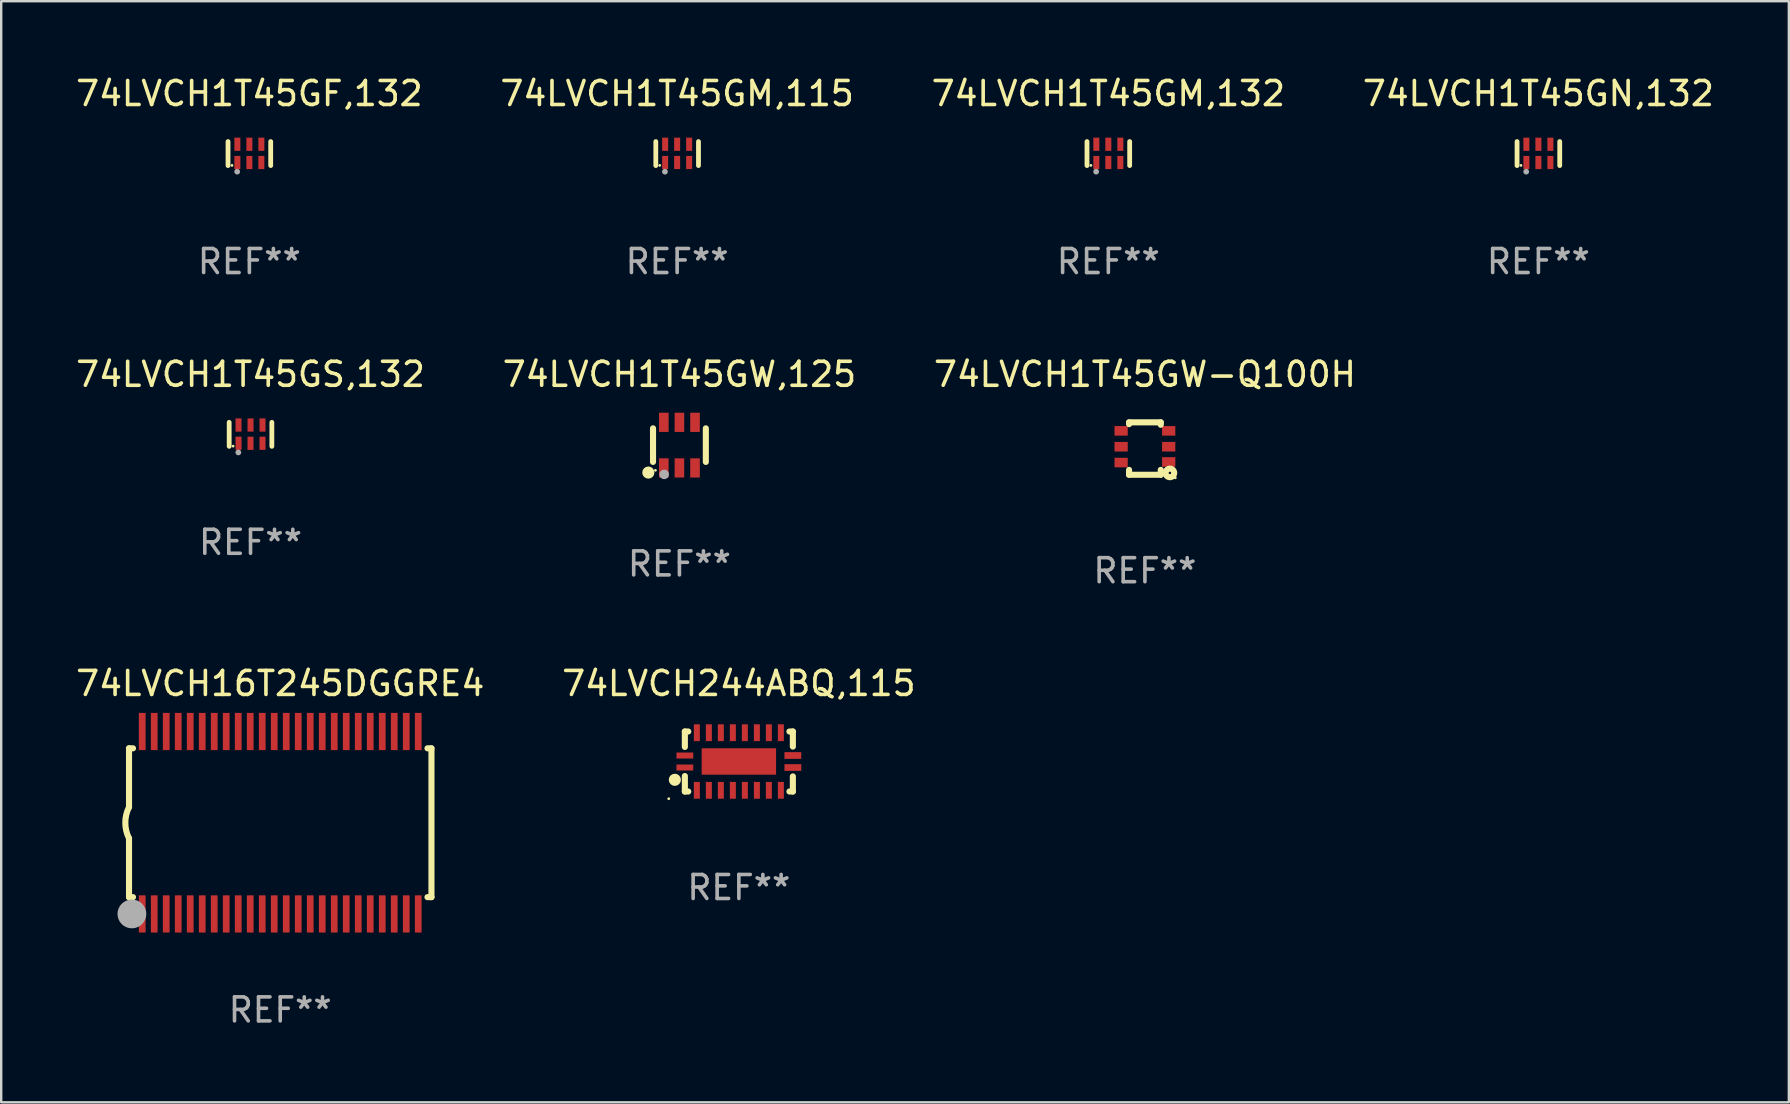
<source format=kicad_pcb>
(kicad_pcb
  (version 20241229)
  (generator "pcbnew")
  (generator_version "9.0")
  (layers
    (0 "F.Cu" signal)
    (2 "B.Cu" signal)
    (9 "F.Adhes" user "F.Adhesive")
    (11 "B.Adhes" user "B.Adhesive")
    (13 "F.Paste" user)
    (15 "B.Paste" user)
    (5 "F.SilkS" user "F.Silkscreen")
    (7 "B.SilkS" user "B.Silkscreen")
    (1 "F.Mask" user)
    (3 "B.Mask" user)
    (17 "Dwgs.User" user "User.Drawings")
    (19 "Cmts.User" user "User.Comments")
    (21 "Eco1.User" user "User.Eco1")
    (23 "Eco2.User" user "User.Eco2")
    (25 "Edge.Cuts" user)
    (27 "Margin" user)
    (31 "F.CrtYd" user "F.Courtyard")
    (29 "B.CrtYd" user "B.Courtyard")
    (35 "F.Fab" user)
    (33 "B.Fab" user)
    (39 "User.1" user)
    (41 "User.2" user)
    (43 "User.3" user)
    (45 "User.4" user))
  (footprint "74LVCH244ABQ,115"
    (layer "F.Cu")
    (at 27.732 28.676)
    (property "Reference" "74LVCH244ABQ,115" (at 0 -3.25 0) (layer "F.SilkS") (effects (font (size 1 1) (thickness 0.15))))
    (attr through_hole)
    (fp_line (start -2.25 0.605) (end -2.25 1.25) (stroke (width 0.254) (type solid)) (layer "F.SilkS"))
    (fp_line (start -2.25 1.25) (end -2.107 1.25) (stroke (width 0.254) (type solid)) (layer "F.SilkS"))
    (fp_line (start -2.25 -1.25) (end -2.25 -0.606) (stroke (width 0.254) (type solid)) (layer "F.SilkS"))
    (fp_line (start -2.25 -1.25) (end -2.107 -1.25) (stroke (width 0.254) (type solid)) (layer "F.SilkS"))
    (fp_line (start 2.107 -1.25) (end 2.25 -1.25) (stroke (width 0.254) (type solid)) (layer "F.SilkS"))
    (fp_line (start 2.107 1.25) (end 2.25 1.25) (stroke (width 0.254) (type solid)) (layer "F.SilkS"))
    (fp_line (start 2.25 -1.25) (end 2.25 -0.622) (stroke (width 0.254) (type solid)) (layer "F.SilkS"))
    (fp_line (start 2.25 0.62) (end 2.25 1.25) (stroke (width 0.254) (type solid)) (layer "F.SilkS"))
    (fp_circle (center -2.921 1.55) (end -2.891 1.55) (stroke (width 0.06) (type solid)) (fill no) (layer "F.SilkS"))
    (fp_circle (center -2.667 0.762) (end -2.54 0.762) (stroke (width 0.254) (type solid)) (fill no) (layer "F.SilkS"))
    (fp_text user "REF**" (at 0 5.25 0) (layer "F.Fab") (effects (font (size 1 1) (thickness 0.15))))
    (pad "1" smd rect (at -2.25 0.25 180) (size 0.7 0.25) (layers "F.Cu" "F.Mask" "F.Paste"))
    (pad "2" smd rect (at -1.75 1.2 90) (size 0.7 0.25) (layers "F.Cu" "F.Mask" "F.Paste"))
    (pad "3" smd rect (at -1.25 1.2 90) (size 0.7 0.25) (layers "F.Cu" "F.Mask" "F.Paste"))
    (pad "4" smd rect (at -0.751 1.2 90) (size 0.7 0.25) (layers "F.Cu" "F.Mask" "F.Paste"))
    (pad "5" smd rect (at -0.25 1.2 90) (size 0.7 0.25) (layers "F.Cu" "F.Mask" "F.Paste"))
    (pad "6" smd rect (at 0.25 1.2 90) (size 0.7 0.25) (layers "F.Cu" "F.Mask" "F.Paste"))
    (pad "7" smd rect (at 0.751 1.2 90) (size 0.7 0.25) (layers "F.Cu" "F.Mask" "F.Paste"))
    (pad "8" smd rect (at 1.25 1.2 90) (size 0.7 0.25) (layers "F.Cu" "F.Mask" "F.Paste"))
    (pad "9" smd rect (at 1.75 1.2 90) (size 0.7 0.25) (layers "F.Cu" "F.Mask" "F.Paste"))
    (pad "10" smd rect (at 2.25 0.25 180) (size 0.7 0.28) (layers "F.Cu" "F.Mask" "F.Paste"))
    (pad "11" smd rect (at 2.25 -0.251 180) (size 0.7 0.28) (layers "F.Cu" "F.Mask" "F.Paste"))
    (pad "12" smd rect (at 1.75 -1.2 90) (size 0.7 0.25) (layers "F.Cu" "F.Mask" "F.Paste"))
    (pad "13" smd rect (at 1.25 -1.2 90) (size 0.7 0.25) (layers "F.Cu" "F.Mask" "F.Paste"))
    (pad "14" smd rect (at 0.751 -1.2 90) (size 0.7 0.25) (layers "F.Cu" "F.Mask" "F.Paste"))
    (pad "15" smd rect (at 0.25 -1.2 90) (size 0.7 0.25) (layers "F.Cu" "F.Mask" "F.Paste"))
    (pad "16" smd rect (at -0.25 -1.2 90) (size 0.7 0.25) (layers "F.Cu" "F.Mask" "F.Paste"))
    (pad "17" smd rect (at -0.751 -1.2 90) (size 0.7 0.25) (layers "F.Cu" "F.Mask" "F.Paste"))
    (pad "18" smd rect (at -1.25 -1.2 90) (size 0.7 0.25) (layers "F.Cu" "F.Mask" "F.Paste"))
    (pad "19" smd rect (at -1.75 -1.2 90) (size 0.7 0.25) (layers "F.Cu" "F.Mask" "F.Paste"))
    (pad "20" smd rect (at -2.25 -0.25 180) (size 0.7 0.25) (layers "F.Cu" "F.Mask" "F.Paste"))
    (pad "21" smd rect (at 0 -0.001 180) (size 3.1 1.1) (layers "F.Cu" "F.Mask" "F.Paste")))
  (footprint "74LVCH16T245DGGRE4"
    (layer "F.Cu")
    (at 8.625 31.226)
    (property "Reference" "74LVCH16T245DGGRE4" (at 0 -5.8 0) (layer "F.SilkS") (effects (font (size 1 1) (thickness 0.15))))
    (attr through_hole)
    (fp_line (start -6.3 -3.1) (end -6.3 -0.65) (stroke (width 0.254) (type solid)) (layer "F.SilkS"))
    (fp_line (start -6.3 -3.1) (end -6.134 -3.1) (stroke (width 0.254) (type solid)) (layer "F.SilkS"))
    (fp_line (start -6.3 3.1) (end -6.3 0.65) (stroke (width 0.254) (type solid)) (layer "F.SilkS"))
    (fp_line (start -6.3 3.1) (end -6.134 3.1) (stroke (width 0.254) (type solid)) (layer "F.SilkS"))
    (fp_line (start 6.134 -3.1) (end 6.3 -3.1) (stroke (width 0.254) (type solid)) (layer "F.SilkS"))
    (fp_line (start 6.134 3.1) (end 6.3 3.1) (stroke (width 0.254) (type solid)) (layer "F.SilkS"))
    (fp_line (start 6.3 -3.1) (end 6.3 3.1) (stroke (width 0.254) (type solid)) (layer "F.SilkS"))
    (fp_arc (start -6.301016 0.650114) (mid -6.45413 -0.000082) (end -6.3 -0.650038) (stroke (width 0.254001) (type solid)) (layer "F.SilkS"))
    (fp_circle (center -6.35 3.81) (end -6.223 3.81) (stroke (width 0.254) (type solid)) (fill no) (layer "F.SilkS"))
    (fp_circle (center -6.25 4.05) (end -6.22 4.05) (stroke (width 0.06) (type solid)) (fill no) (layer "F.SilkS"))
    (fp_circle (center -6.18 3.8) (end -5.88 3.8) (stroke (width 0.6) (type solid)) (fill no) (layer "F.Fab"))
    (fp_text user "REF**" (at 0 7.8 0) (layer "F.Fab") (effects (font (size 1 1) (thickness 0.15))))
    (pad "1" smd rect (at -5.75 3.8) (size 0.28 1.55) (layers "F.Cu" "F.Mask" "F.Paste"))
    (pad "2" smd rect (at -5.25 3.8) (size 0.28 1.55) (layers "F.Cu" "F.Mask" "F.Paste"))
    (pad "3" smd rect (at -4.75 3.8) (size 0.28 1.55) (layers "F.Cu" "F.Mask" "F.Paste"))
    (pad "4" smd rect (at -4.25 3.8) (size 0.28 1.55) (layers "F.Cu" "F.Mask" "F.Paste"))
    (pad "5" smd rect (at -3.75 3.8) (size 0.28 1.55) (layers "F.Cu" "F.Mask" "F.Paste"))
    (pad "6" smd rect (at -3.25 3.8) (size 0.28 1.55) (layers "F.Cu" "F.Mask" "F.Paste"))
    (pad "7" smd rect (at -2.75 3.8) (size 0.28 1.55) (layers "F.Cu" "F.Mask" "F.Paste"))
    (pad "8" smd rect (at -2.25 3.8) (size 0.28 1.55) (layers "F.Cu" "F.Mask" "F.Paste"))
    (pad "9" smd rect (at -1.75 3.8) (size 0.28 1.55) (layers "F.Cu" "F.Mask" "F.Paste"))
    (pad "10" smd rect (at -1.25 3.8) (size 0.28 1.55) (layers "F.Cu" "F.Mask" "F.Paste"))
    (pad "11" smd rect (at -0.75 3.8) (size 0.28 1.55) (layers "F.Cu" "F.Mask" "F.Paste"))
    (pad "12" smd rect (at -0.25 3.8) (size 0.28 1.55) (layers "F.Cu" "F.Mask" "F.Paste"))
    (pad "13" smd rect (at 0.25 3.8) (size 0.28 1.55) (layers "F.Cu" "F.Mask" "F.Paste"))
    (pad "14" smd rect (at 0.75 3.8) (size 0.28 1.55) (layers "F.Cu" "F.Mask" "F.Paste"))
    (pad "15" smd rect (at 1.25 3.8) (size 0.28 1.55) (layers "F.Cu" "F.Mask" "F.Paste"))
    (pad "16" smd rect (at 1.75 3.8) (size 0.28 1.55) (layers "F.Cu" "F.Mask" "F.Paste"))
    (pad "17" smd rect (at 2.25 3.8) (size 0.28 1.55) (layers "F.Cu" "F.Mask" "F.Paste"))
    (pad "18" smd rect (at 2.75 3.8) (size 0.28 1.55) (layers "F.Cu" "F.Mask" "F.Paste"))
    (pad "19" smd rect (at 3.25 3.8) (size 0.28 1.55) (layers "F.Cu" "F.Mask" "F.Paste"))
    (pad "20" smd rect (at 3.75 3.8) (size 0.28 1.55) (layers "F.Cu" "F.Mask" "F.Paste"))
    (pad "21" smd rect (at 4.25 3.8) (size 0.28 1.55) (layers "F.Cu" "F.Mask" "F.Paste"))
    (pad "22" smd rect (at 4.75 3.8) (size 0.28 1.55) (layers "F.Cu" "F.Mask" "F.Paste"))
    (pad "23" smd rect (at 5.25 3.8) (size 0.28 1.55) (layers "F.Cu" "F.Mask" "F.Paste"))
    (pad "24" smd rect (at 5.75 3.8) (size 0.28 1.55) (layers "F.Cu" "F.Mask" "F.Paste"))
    (pad "25" smd rect (at 5.75 -3.8) (size 0.28 1.55) (layers "F.Cu" "F.Mask" "F.Paste"))
    (pad "26" smd rect (at 5.25 -3.8) (size 0.28 1.55) (layers "F.Cu" "F.Mask" "F.Paste"))
    (pad "27" smd rect (at 4.75 -3.8) (size 0.28 1.55) (layers "F.Cu" "F.Mask" "F.Paste"))
    (pad "28" smd rect (at 4.25 -3.8) (size 0.28 1.55) (layers "F.Cu" "F.Mask" "F.Paste"))
    (pad "29" smd rect (at 3.75 -3.8) (size 0.28 1.55) (layers "F.Cu" "F.Mask" "F.Paste"))
    (pad "30" smd rect (at 3.25 -3.8) (size 0.28 1.55) (layers "F.Cu" "F.Mask" "F.Paste"))
    (pad "31" smd rect (at 2.75 -3.8) (size 0.28 1.55) (layers "F.Cu" "F.Mask" "F.Paste"))
    (pad "32" smd rect (at 2.25 -3.8) (size 0.28 1.55) (layers "F.Cu" "F.Mask" "F.Paste"))
    (pad "33" smd rect (at 1.75 -3.8) (size 0.28 1.55) (layers "F.Cu" "F.Mask" "F.Paste"))
    (pad "34" smd rect (at 1.25 -3.8) (size 0.28 1.55) (layers "F.Cu" "F.Mask" "F.Paste"))
    (pad "35" smd rect (at 0.75 -3.8) (size 0.28 1.55) (layers "F.Cu" "F.Mask" "F.Paste"))
    (pad "36" smd rect (at 0.25 -3.8) (size 0.28 1.55) (layers "F.Cu" "F.Mask" "F.Paste"))
    (pad "37" smd rect (at -0.25 -3.8) (size 0.28 1.55) (layers "F.Cu" "F.Mask" "F.Paste"))
    (pad "38" smd rect (at -0.75 -3.8) (size 0.28 1.55) (layers "F.Cu" "F.Mask" "F.Paste"))
    (pad "39" smd rect (at -1.25 -3.8) (size 0.28 1.55) (layers "F.Cu" "F.Mask" "F.Paste"))
    (pad "40" smd rect (at -1.75 -3.8) (size 0.28 1.55) (layers "F.Cu" "F.Mask" "F.Paste"))
    (pad "41" smd rect (at -2.25 -3.8) (size 0.28 1.55) (layers "F.Cu" "F.Mask" "F.Paste"))
    (pad "42" smd rect (at -2.75 -3.8) (size 0.28 1.55) (layers "F.Cu" "F.Mask" "F.Paste"))
    (pad "43" smd rect (at -3.25 -3.8) (size 0.28 1.55) (layers "F.Cu" "F.Mask" "F.Paste"))
    (pad "44" smd rect (at -3.75 -3.8) (size 0.28 1.55) (layers "F.Cu" "F.Mask" "F.Paste"))
    (pad "45" smd rect (at -4.25 -3.8) (size 0.28 1.55) (layers "F.Cu" "F.Mask" "F.Paste"))
    (pad "46" smd rect (at -4.75 -3.8) (size 0.28 1.55) (layers "F.Cu" "F.Mask" "F.Paste"))
    (pad "47" smd rect (at -5.25 -3.8) (size 0.28 1.55) (layers "F.Cu" "F.Mask" "F.Paste"))
    (pad "48" smd rect (at -5.75 -3.8) (size 0.28 1.55) (layers "F.Cu" "F.Mask" "F.Paste")))
  (footprint "74LVCH1T45GM,115"
    (layer "F.Cu")
    (at 25.161 3.348)
    (property "Reference" "74LVCH1T45GM,115" (at 0 -2.5 0) (layer "F.SilkS") (effects (font (size 1 1) (thickness 0.15))))
    (attr through_hole)
    (fp_line (start -0.889 0.5) (end -0.889 -0.5) (stroke (width 0.2) (type solid)) (layer "F.SilkS"))
    (fp_line (start 0.889 0.5) (end 0.889 -0.5) (stroke (width 0.2) (type solid)) (layer "F.SilkS"))
    (fp_circle (center -0.725 0.492) (end -0.695 0.492) (stroke (width 0.06) (type solid)) (fill no) (layer "F.SilkS"))
    (fp_circle (center -0.508 0.754) (end -0.448 0.754) (stroke (width 0.12) (type solid)) (fill no) (layer "F.Fab"))
    (fp_text user "REF**" (at 0 4.5 0) (layer "F.Fab") (effects (font (size 1 1) (thickness 0.15))))
    (pad "1" smd rect (at -0.5 0.372) (size 0.25 0.55) (layers "F.Cu" "F.Mask" "F.Paste"))
    (pad "2" smd rect (at -0.000127 0.372) (size 0.25 0.55) (layers "F.Cu" "F.Mask" "F.Paste"))
    (pad "3" smd rect (at 0.5 0.372) (size 0.25 0.55) (layers "F.Cu" "F.Mask" "F.Paste"))
    (pad "4" smd rect (at 0.5 -0.388 180) (size 0.25 0.55) (layers "F.Cu" "F.Mask" "F.Paste"))
    (pad "5" smd rect (at -0.000127 -0.388 180) (size 0.25 0.55) (layers "F.Cu" "F.Mask" "F.Paste"))
    (pad "6" smd rect (at -0.5 -0.388 180) (size 0.25 0.55) (layers "F.Cu" "F.Mask" "F.Paste")))
  (footprint "74LVCH1T45GS,132"
    (layer "F.Cu")
    (at 7.387 15.045)
    (property "Reference" "74LVCH1T45GS,132" (at 0 -2.5 0) (layer "F.SilkS") (effects (font (size 1 1) (thickness 0.15))))
    (attr through_hole)
    (fp_line (start -0.889 0.5) (end -0.889 -0.5) (stroke (width 0.2) (type solid)) (layer "F.SilkS"))
    (fp_line (start 0.889 0.5) (end 0.889 -0.5) (stroke (width 0.2) (type solid)) (layer "F.SilkS"))
    (fp_circle (center -0.725 0.492) (end -0.695 0.492) (stroke (width 0.06) (type solid)) (fill no) (layer "F.SilkS"))
    (fp_circle (center -0.508 0.754) (end -0.448 0.754) (stroke (width 0.12) (type solid)) (fill no) (layer "F.Fab"))
    (fp_text user "REF**" (at 0 4.5 0) (layer "F.Fab") (effects (font (size 1 1) (thickness 0.15))))
    (pad "1" smd rect (at -0.5 0.372) (size 0.25 0.55) (layers "F.Cu" "F.Mask" "F.Paste"))
    (pad "2" smd rect (at -0.000127 0.372) (size 0.25 0.55) (layers "F.Cu" "F.Mask" "F.Paste"))
    (pad "3" smd rect (at 0.5 0.372) (size 0.25 0.55) (layers "F.Cu" "F.Mask" "F.Paste"))
    (pad "4" smd rect (at 0.5 -0.388 180) (size 0.25 0.55) (layers "F.Cu" "F.Mask" "F.Paste"))
    (pad "5" smd rect (at -0.000127 -0.388 180) (size 0.25 0.55) (layers "F.Cu" "F.Mask" "F.Paste"))
    (pad "6" smd rect (at -0.5 -0.388 180) (size 0.25 0.55) (layers "F.Cu" "F.Mask" "F.Paste")))
  (footprint "74LVCH1T45GW-Q100H"
    (layer "F.Cu")
    (at 44.649 15.637)
    (property "Reference" "74LVCH1T45GW-Q100H" (at 0 -3.092 0) (layer "F.SilkS") (effects (font (size 1 1) (thickness 0.15))))
    (attr through_hole)
    (fp_line (start -0.66 -1.092) (end -0.66 -1.016) (stroke (width 0.254) (type solid)) (layer "F.SilkS"))
    (fp_line (start -0.66 1.092) (end -0.66 0.889) (stroke (width 0.254) (type solid)) (layer "F.SilkS"))
    (fp_line (start 0.66 -1.092) (end -0.66 -1.092) (stroke (width 0.254) (type solid)) (layer "F.SilkS"))
    (fp_line (start 0.66 -0.991) (end 0.66 -1.092) (stroke (width 0.254) (type solid)) (layer "F.SilkS"))
    (fp_line (start 0.66 0.889) (end 0.66 1.092) (stroke (width 0.254) (type solid)) (layer "F.SilkS"))
    (fp_line (start 0.66 1.092) (end -0.66 1.092) (stroke (width 0.254) (type solid)) (layer "F.SilkS"))
    (fp_circle (center 1.041 1.016) (end 1.092 1.016) (stroke (width 0.254) (type solid)) (fill no) (layer "F.SilkS"))
    (fp_circle (center 1.266 1.219) (end 1.296 1.219) (stroke (width 0.06) (type solid)) (fill no) (layer "F.SilkS"))
    (fp_text user "REF**" (at 0 5.092 0) (layer "F.Fab") (effects (font (size 1 1) (thickness 0.15))))
    (pad "1" smd rect (at 0.991 0.559 270) (size 0.399 0.551) (layers "F.Cu" "F.Mask" "F.Paste"))
    (pad "2" smd rect (at 0.991 -0.076 270) (size 0.399 0.551) (layers "F.Cu" "F.Mask" "F.Paste"))
    (pad "3" smd rect (at 0.991 -0.737 270) (size 0.399 0.551) (layers "F.Cu" "F.Mask" "F.Paste"))
    (pad "4" smd rect (at -0.991 -0.737 270) (size 0.399 0.551) (layers "F.Cu" "F.Mask" "F.Paste"))
    (pad "5" smd rect (at -0.991 -0.076 270) (size 0.399 0.551) (layers "F.Cu" "F.Mask" "F.Paste"))
    (pad "6" smd rect (at -0.991 0.584 270) (size 0.399 0.551) (layers "F.Cu" "F.Mask" "F.Paste")))
  (footprint "74LVCH1T45GM,132"
    (layer "F.Cu")
    (at 43.125 3.348)
    (property "Reference" "74LVCH1T45GM,132" (at 0 -2.5 0) (layer "F.SilkS") (effects (font (size 1 1) (thickness 0.15))))
    (attr through_hole)
    (fp_line (start -0.889 0.5) (end -0.889 -0.5) (stroke (width 0.2) (type solid)) (layer "F.SilkS"))
    (fp_line (start 0.889 0.5) (end 0.889 -0.5) (stroke (width 0.2) (type solid)) (layer "F.SilkS"))
    (fp_circle (center -0.725 0.492) (end -0.695 0.492) (stroke (width 0.06) (type solid)) (fill no) (layer "F.SilkS"))
    (fp_circle (center -0.508 0.754) (end -0.448 0.754) (stroke (width 0.12) (type solid)) (fill no) (layer "F.Fab"))
    (fp_text user "REF**" (at 0 4.5 0) (layer "F.Fab") (effects (font (size 1 1) (thickness 0.15))))
    (pad "1" smd rect (at -0.5 0.372) (size 0.25 0.55) (layers "F.Cu" "F.Mask" "F.Paste"))
    (pad "2" smd rect (at -0.000127 0.372) (size 0.25 0.55) (layers "F.Cu" "F.Mask" "F.Paste"))
    (pad "3" smd rect (at 0.5 0.372) (size 0.25 0.55) (layers "F.Cu" "F.Mask" "F.Paste"))
    (pad "4" smd rect (at 0.5 -0.388 180) (size 0.25 0.55) (layers "F.Cu" "F.Mask" "F.Paste"))
    (pad "5" smd rect (at -0.000127 -0.388 180) (size 0.25 0.55) (layers "F.Cu" "F.Mask" "F.Paste"))
    (pad "6" smd rect (at -0.5 -0.388 180) (size 0.25 0.55) (layers "F.Cu" "F.Mask" "F.Paste")))
  (footprint "74LVCH1T45GW,125"
    (layer "F.Cu")
    (at 25.256 15.495)
    (property "Reference" "74LVCH1T45GW,125" (at 0 -2.95 0) (layer "F.SilkS") (effects (font (size 1 1) (thickness 0.15))))
    (attr through_hole)
    (fp_line (start -1.1 -0.7) (end -1.1 0.7) (stroke (width 0.254) (type solid)) (layer "F.SilkS"))
    (fp_line (start 1.1 -0.7) (end 1.1 0.7) (stroke (width 0.254) (type solid)) (layer "F.SilkS"))
    (fp_circle (center -1.295 1.143) (end -1.168 1.143) (stroke (width 0.254) (type solid)) (fill no) (layer "F.SilkS"))
    (fp_circle (center -1 1.05) (end -0.97 1.05) (stroke (width 0.06) (type solid)) (fill no) (layer "F.SilkS"))
    (fp_circle (center -0.635 1.219) (end -0.535 1.219) (stroke (width 0.2) (type solid)) (fill no) (layer "F.Fab"))
    (fp_text user "REF**" (at 0 4.95 0) (layer "F.Fab") (effects (font (size 1 1) (thickness 0.15))))
    (pad "1" smd rect (at -0.65 0.95) (size 0.4 0.8) (layers "F.Cu" "F.Mask" "F.Paste"))
    (pad "2" smd rect (at 0 0.95) (size 0.4 0.8) (layers "F.Cu" "F.Mask" "F.Paste"))
    (pad "3" smd rect (at 0.65 0.95) (size 0.4 0.8) (layers "F.Cu" "F.Mask" "F.Paste"))
    (pad "4" smd rect (at 0.65 -0.95) (size 0.4 0.8) (layers "F.Cu" "F.Mask" "F.Paste"))
    (pad "5" smd rect (at 0 -0.95) (size 0.4 0.8) (layers "F.Cu" "F.Mask" "F.Paste"))
    (pad "6" smd rect (at -0.65 -0.95) (size 0.4 0.8) (layers "F.Cu" "F.Mask" "F.Paste")))
  (footprint "74LVCH1T45GN,132"
    (layer "F.Cu")
    (at 61.042 3.348)
    (property "Reference" "74LVCH1T45GN,132" (at 0 -2.5 0) (layer "F.SilkS") (effects (font (size 1 1) (thickness 0.15))))
    (attr through_hole)
    (fp_line (start -0.889 0.5) (end -0.889 -0.5) (stroke (width 0.2) (type solid)) (layer "F.SilkS"))
    (fp_line (start 0.889 0.5) (end 0.889 -0.5) (stroke (width 0.2) (type solid)) (layer "F.SilkS"))
    (fp_circle (center -0.725 0.492) (end -0.695 0.492) (stroke (width 0.06) (type solid)) (fill no) (layer "F.SilkS"))
    (fp_circle (center -0.508 0.754) (end -0.448 0.754) (stroke (width 0.12) (type solid)) (fill no) (layer "F.Fab"))
    (fp_text user "REF**" (at 0 4.5 0) (layer "F.Fab") (effects (font (size 1 1) (thickness 0.15))))
    (pad "1" smd rect (at -0.5 0.372) (size 0.25 0.55) (layers "F.Cu" "F.Mask" "F.Paste"))
    (pad "2" smd rect (at -0.000127 0.372) (size 0.25 0.55) (layers "F.Cu" "F.Mask" "F.Paste"))
    (pad "3" smd rect (at 0.5 0.372) (size 0.25 0.55) (layers "F.Cu" "F.Mask" "F.Paste"))
    (pad "4" smd rect (at 0.5 -0.388 180) (size 0.25 0.55) (layers "F.Cu" "F.Mask" "F.Paste"))
    (pad "5" smd rect (at -0.000127 -0.388 180) (size 0.25 0.55) (layers "F.Cu" "F.Mask" "F.Paste"))
    (pad "6" smd rect (at -0.5 -0.388 180) (size 0.25 0.55) (layers "F.Cu" "F.Mask" "F.Paste")))
  (footprint "74LVCH1T45GF,132"
    (layer "F.Cu")
    (at 7.339 3.348)
    (property "Reference" "74LVCH1T45GF,132" (at 0 -2.5 0) (layer "F.SilkS") (effects (font (size 1 1) (thickness 0.15))))
    (attr through_hole)
    (fp_line (start -0.889 0.5) (end -0.889 -0.5) (stroke (width 0.2) (type solid)) (layer "F.SilkS"))
    (fp_line (start 0.889 0.5) (end 0.889 -0.5) (stroke (width 0.2) (type solid)) (layer "F.SilkS"))
    (fp_circle (center -0.725 0.492) (end -0.695 0.492) (stroke (width 0.06) (type solid)) (fill no) (layer "F.SilkS"))
    (fp_circle (center -0.508 0.754) (end -0.448 0.754) (stroke (width 0.12) (type solid)) (fill no) (layer "F.Fab"))
    (fp_text user "REF**" (at 0 4.5 0) (layer "F.Fab") (effects (font (size 1 1) (thickness 0.15))))
    (pad "1" smd rect (at -0.5 0.372) (size 0.25 0.55) (layers "F.Cu" "F.Mask" "F.Paste"))
    (pad "2" smd rect (at -0.000127 0.372) (size 0.25 0.55) (layers "F.Cu" "F.Mask" "F.Paste"))
    (pad "3" smd rect (at 0.5 0.372) (size 0.25 0.55) (layers "F.Cu" "F.Mask" "F.Paste"))
    (pad "4" smd rect (at 0.5 -0.388 180) (size 0.25 0.55) (layers "F.Cu" "F.Mask" "F.Paste"))
    (pad "5" smd rect (at -0.000127 -0.388 180) (size 0.25 0.55) (layers "F.Cu" "F.Mask" "F.Paste"))
    (pad "6" smd rect (at -0.5 -0.388 180) (size 0.25 0.55) (layers "F.Cu" "F.Mask" "F.Paste")))
  (gr_rect
    (start -3 -3)
    (end 71.476 42.874)
    (stroke (width 0.1) (type default))
    (fill no)
    (layer "Edge.Cuts")))
</source>
